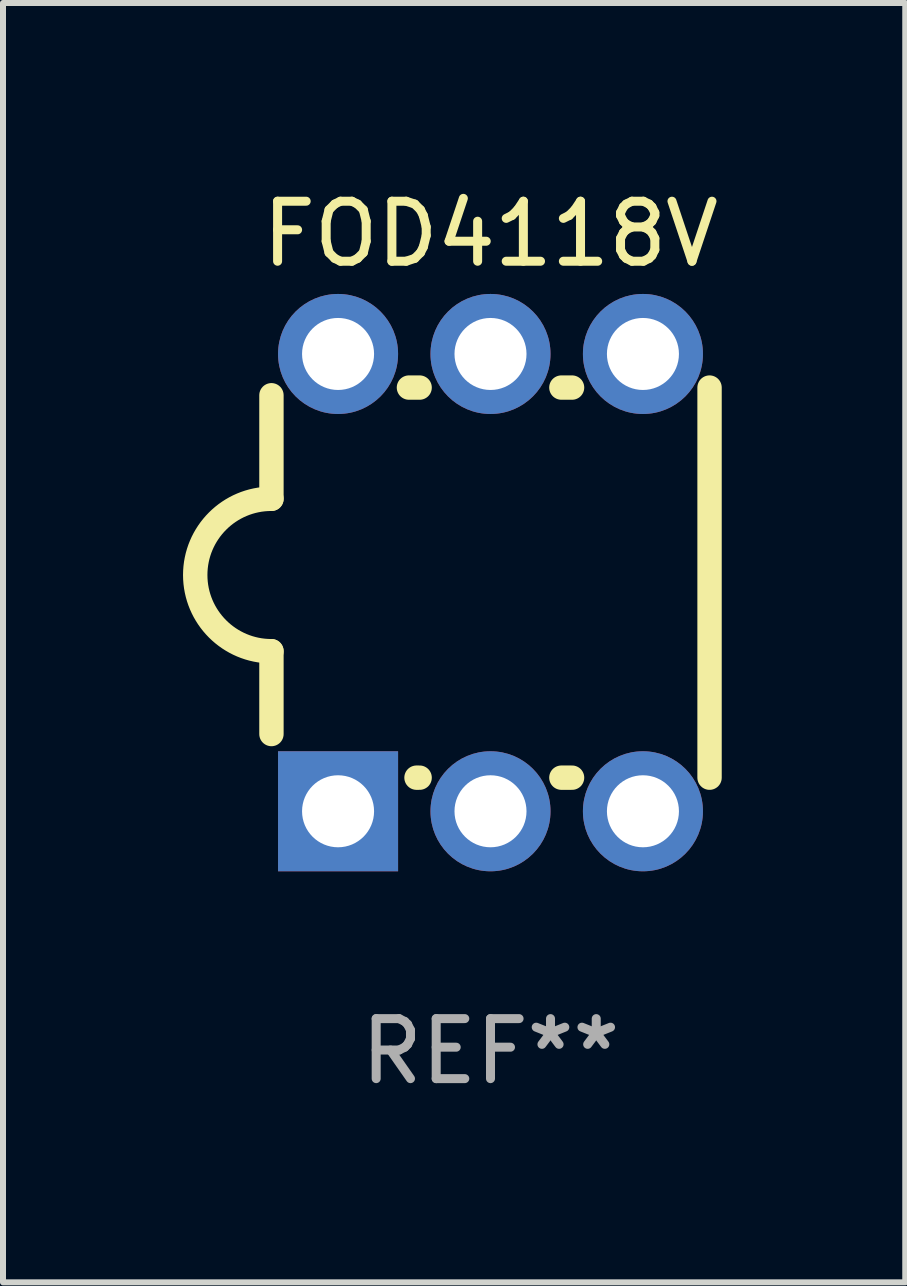
<source format=kicad_pcb>
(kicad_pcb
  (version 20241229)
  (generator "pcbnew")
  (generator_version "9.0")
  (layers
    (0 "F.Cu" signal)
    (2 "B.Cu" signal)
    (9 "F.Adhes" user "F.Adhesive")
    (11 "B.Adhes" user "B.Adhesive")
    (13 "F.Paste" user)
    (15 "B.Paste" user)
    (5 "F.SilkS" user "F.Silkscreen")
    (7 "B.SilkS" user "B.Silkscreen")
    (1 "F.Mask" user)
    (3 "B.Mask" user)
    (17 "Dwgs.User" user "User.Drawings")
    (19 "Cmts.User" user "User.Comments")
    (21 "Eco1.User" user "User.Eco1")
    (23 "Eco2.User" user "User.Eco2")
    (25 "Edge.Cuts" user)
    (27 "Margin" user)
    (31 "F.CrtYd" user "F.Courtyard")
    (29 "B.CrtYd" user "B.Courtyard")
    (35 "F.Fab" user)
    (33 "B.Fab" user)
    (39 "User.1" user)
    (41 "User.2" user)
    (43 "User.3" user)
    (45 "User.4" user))
  (footprint "FOD4118V"
    (layer "F.Cu")
    (at 5.123 6.658)
    (property "Reference" "FOD4118V" (at 0 -5.81 0) (layer "F.SilkS") (effects (font (size 1 1) (thickness 0.15))))
    (attr through_hole)
    (fp_line (start -3.65 1.143) (end -3.65 2.523) (stroke (width 0.406) (type solid)) (layer "F.SilkS"))
    (fp_line (start -3.65 -1.397) (end -3.65 -3.122) (stroke (width 0.406) (type solid)) (layer "F.SilkS"))
    (fp_line (start -1.359 -3.25) (end -1.181 -3.25) (stroke (width 0.406) (type solid)) (layer "F.SilkS"))
    (fp_line (start -1.233 3.25) (end -1.181 3.25) (stroke (width 0.406) (type solid)) (layer "F.SilkS"))
    (fp_line (start 1.181 -3.25) (end 1.359 -3.25) (stroke (width 0.406) (type solid)) (layer "F.SilkS"))
    (fp_line (start 1.181 3.25) (end 1.359 3.25) (stroke (width 0.406) (type solid)) (layer "F.SilkS"))
    (fp_line (start 3.65 -3.25) (end 3.65 3.25) (stroke (width 0.406) (type solid)) (layer "F.SilkS"))
    (fp_arc (start -3.650013 1.143002) (mid -4.919989 -0.127014) (end -3.649986 -1.397002) (stroke (width 0.4064) (type solid)) (layer "F.SilkS"))
    (fp_text user "REF**" (at 0 7.81 0) (layer "F.Fab") (effects (font (size 1 1) (thickness 0.15))))
    (pad "1" thru_hole rect (at -2.54 3.81 90) (size 2 2) (drill 1.2) (layers "*.Cu" "*.Mask"))
    (pad "2" thru_hole circle (at 0 3.81) (size 2 2) (drill 1.2) (layers "*.Cu" "*.Mask"))
    (pad "3" thru_hole circle (at 2.54 3.81) (size 2 2) (drill 1.2) (layers "*.Cu" "*.Mask"))
    (pad "4" thru_hole circle (at 2.54 -3.81) (size 2 2) (drill 1.2) (layers "*.Cu" "*.Mask"))
    (pad "5" thru_hole circle (at 0 -3.81) (size 2 2) (drill 1.2) (layers "*.Cu" "*.Mask"))
    (pad "6" thru_hole circle (at -2.54 -3.81) (size 2 2) (drill 1.2) (layers "*.Cu" "*.Mask")))
  (gr_rect
    (start -3 -3)
    (end 12.034 18.317)
    (stroke (width 0.1) (type default))
    (fill no)
    (layer "Edge.Cuts")))
</source>
